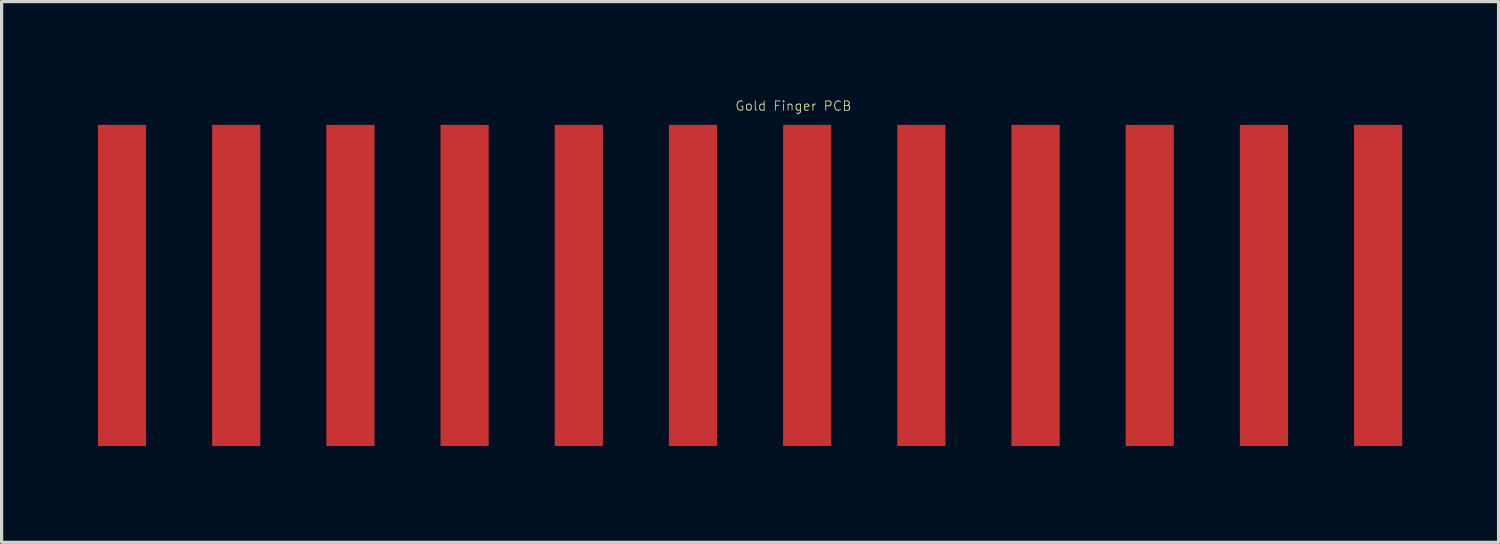
<source format=kicad_pcb>
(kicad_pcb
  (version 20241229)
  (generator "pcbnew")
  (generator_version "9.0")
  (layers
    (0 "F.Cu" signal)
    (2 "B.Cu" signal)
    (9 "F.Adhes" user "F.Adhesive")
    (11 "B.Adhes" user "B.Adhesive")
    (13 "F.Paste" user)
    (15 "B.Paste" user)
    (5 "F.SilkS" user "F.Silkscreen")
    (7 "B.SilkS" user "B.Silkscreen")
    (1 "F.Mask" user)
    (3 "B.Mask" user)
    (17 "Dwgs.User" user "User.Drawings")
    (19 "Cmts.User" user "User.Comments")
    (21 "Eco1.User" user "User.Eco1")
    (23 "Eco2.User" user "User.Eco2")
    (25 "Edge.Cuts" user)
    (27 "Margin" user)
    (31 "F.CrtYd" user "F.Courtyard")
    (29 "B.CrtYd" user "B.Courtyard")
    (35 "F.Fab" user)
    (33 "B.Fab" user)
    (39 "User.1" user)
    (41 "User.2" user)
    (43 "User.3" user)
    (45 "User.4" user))
  (footprint "Gold Finger PCB"
    (layer "F.Cu")
    (at 20.308 0.25)
    (property "Reference" "Gold Finger PCB" (at -0.476 0 0) (layer "F.SilkS") (effects (font (size 0.29 0.29) (thickness 0.024)) (justify left)))
    (attr through_hole)
    (pad "1" smd rect (at -19.558 5.588) (size 1.5 10) (layers "F.Cu" "F.Mask" "F.Paste"))
    (pad "2" smd rect (at -16.002 5.588) (size 1.5 10) (layers "F.Cu" "F.Mask" "F.Paste"))
    (pad "3" smd rect (at -12.446 5.588) (size 1.5 10) (layers "F.Cu" "F.Mask" "F.Paste"))
    (pad "4" smd rect (at -8.89 5.588) (size 1.5 10) (layers "F.Cu" "F.Mask" "F.Paste"))
    (pad "5" smd rect (at -5.334 5.588) (size 1.5 10) (layers "F.Cu" "F.Mask" "F.Paste"))
    (pad "6" smd rect (at -1.778 5.588) (size 1.5 10) (layers "F.Cu" "F.Mask" "F.Paste"))
    (pad "7" smd rect (at 1.778 5.588) (size 1.5 10) (layers "F.Cu" "F.Mask" "F.Paste"))
    (pad "8" smd rect (at 5.334 5.588) (size 1.5 10) (layers "F.Cu" "F.Mask" "F.Paste"))
    (pad "9" smd rect (at 8.89 5.588) (size 1.5 10) (layers "F.Cu" "F.Mask" "F.Paste"))
    (pad "10" smd rect (at 12.446 5.588) (size 1.5 10) (layers "F.Cu" "F.Mask" "F.Paste"))
    (pad "11" smd rect (at 16.002 5.588) (size 1.5 10) (layers "F.Cu" "F.Mask" "F.Paste"))
    (pad "12" smd rect (at 19.558 5.588) (size 1.5 10) (layers "F.Cu" "F.Mask" "F.Paste")))
  (gr_rect
    (start -3 -3)
    (end 43.616 13.838)
    (stroke (width 0.1) (type default))
    (fill no)
    (layer "Edge.Cuts")))
</source>
